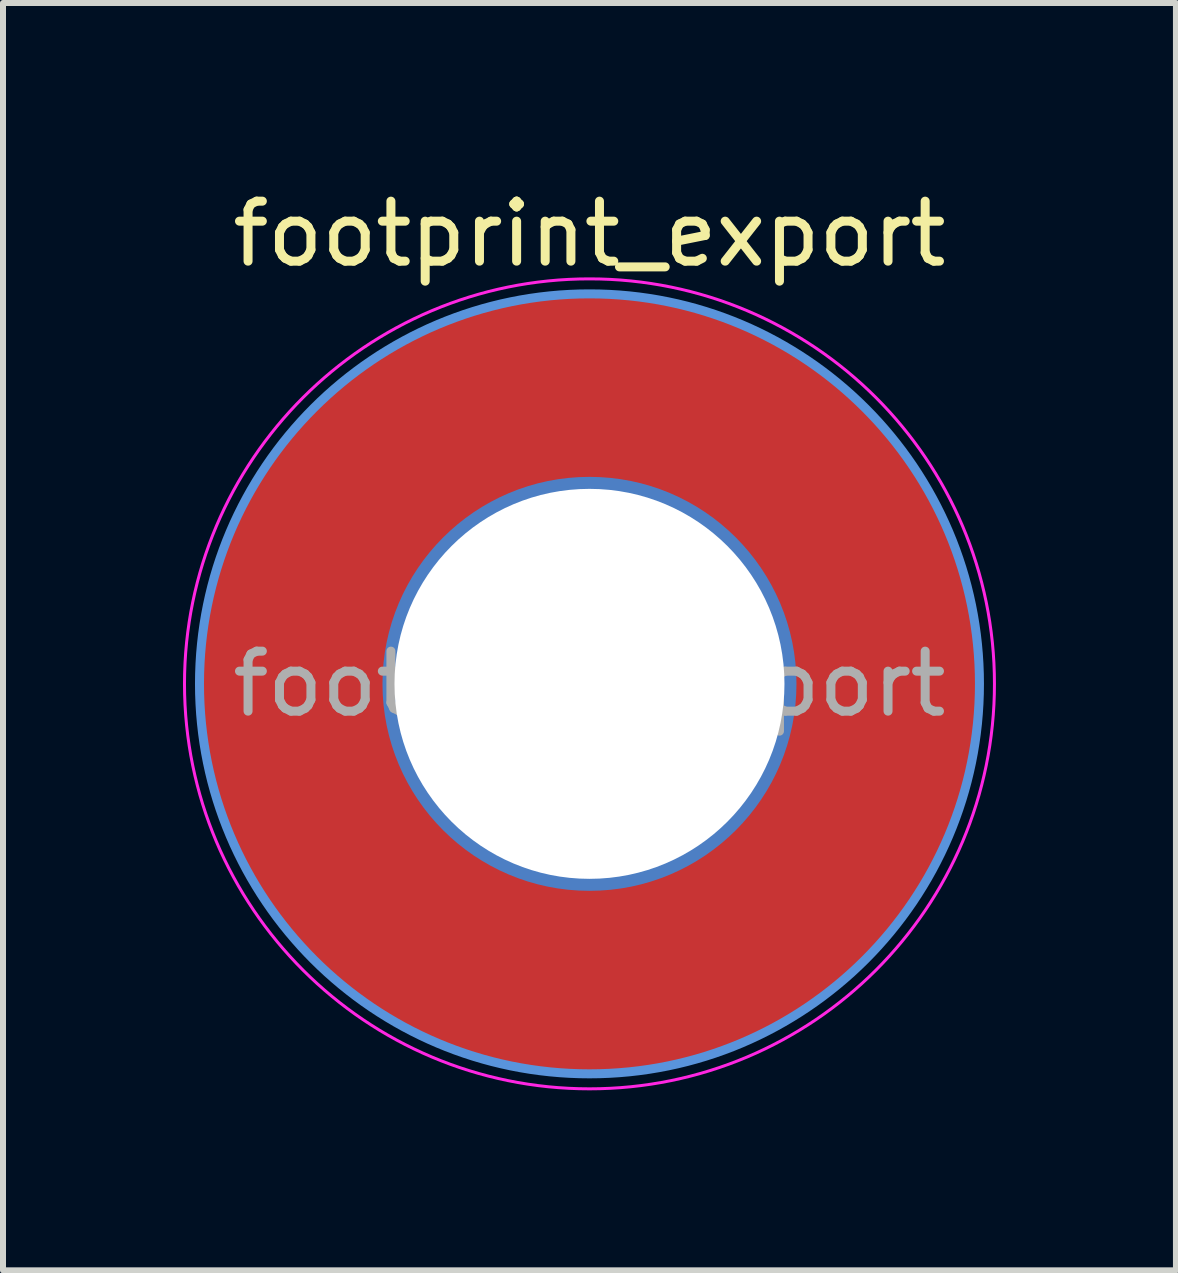
<source format=kicad_pcb>
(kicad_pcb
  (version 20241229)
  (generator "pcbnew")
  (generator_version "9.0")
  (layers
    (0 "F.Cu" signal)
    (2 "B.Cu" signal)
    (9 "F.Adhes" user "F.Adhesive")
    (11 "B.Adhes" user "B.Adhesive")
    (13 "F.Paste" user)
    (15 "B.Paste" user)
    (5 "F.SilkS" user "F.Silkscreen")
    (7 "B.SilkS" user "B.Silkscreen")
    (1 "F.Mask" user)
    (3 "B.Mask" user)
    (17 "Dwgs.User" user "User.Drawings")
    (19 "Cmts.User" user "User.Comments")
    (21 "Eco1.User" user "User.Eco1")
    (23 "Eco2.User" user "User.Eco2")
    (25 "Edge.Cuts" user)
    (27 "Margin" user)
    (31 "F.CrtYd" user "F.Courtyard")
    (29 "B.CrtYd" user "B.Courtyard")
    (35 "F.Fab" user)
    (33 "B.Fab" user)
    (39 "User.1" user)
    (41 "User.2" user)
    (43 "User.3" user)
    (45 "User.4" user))
  (footprint "footprint_export"
    (layer "F.Cu")
    (at 6.775 8.348)
    (property "Reference" "footprint_export" (at 0 -7.5 0) (layer "F.SilkS") (effects (font (size 1 1) (thickness 0.15))))
    (attr exclude_from_pos_files exclude_from_bom)
    (fp_circle (center 0 0) (end 6.5 0) (stroke (width 0.15) (type solid)) (fill no) (layer "Cmts.User"))
    (fp_circle (center 0 0) (end 6.75 0) (stroke (width 0.05) (type solid)) (fill no) (layer "F.CrtYd"))
    (fp_text user "${REFERENCE}" (at 0 0 0) (layer "F.Fab") (effects (font (size 1 1) (thickness 0.15))))
    (pad "1" thru_hole circle (at 0 0) (size 6.9 6.9) (drill 6.5) (layers "*.Cu" "*.Mask"))
    (pad "1" connect circle (at 0 0) (size 13 13) (layers "F.Cu" "F.Mask")))
  (gr_rect
    (start -3 -3)
    (end 16.55 18.123)
    (stroke (width 0.1) (type default))
    (fill no)
    (layer "Edge.Cuts")))
</source>
